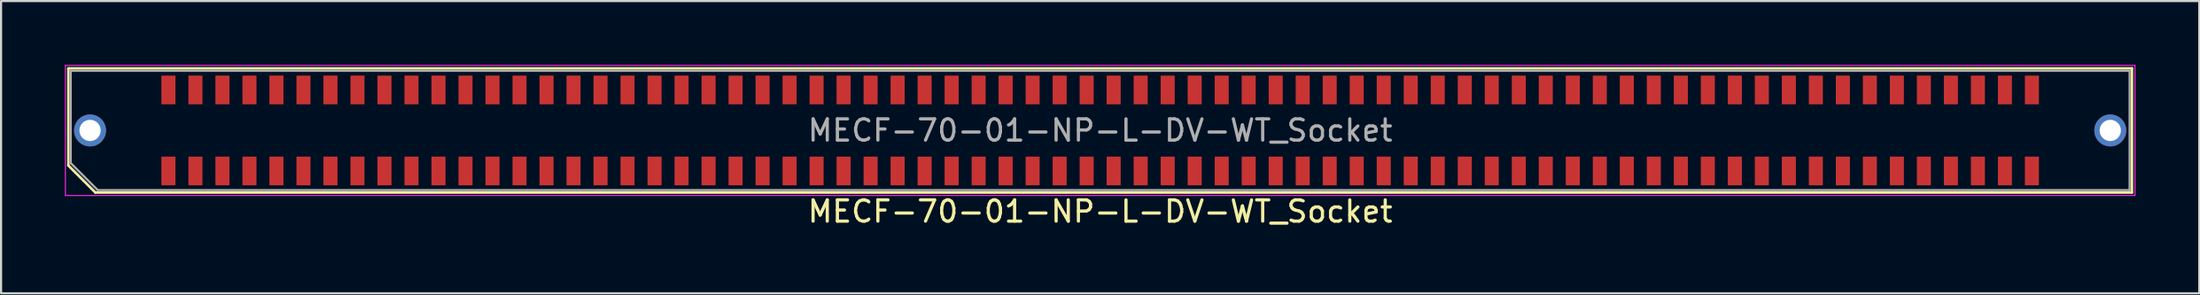
<source format=kicad_pcb>
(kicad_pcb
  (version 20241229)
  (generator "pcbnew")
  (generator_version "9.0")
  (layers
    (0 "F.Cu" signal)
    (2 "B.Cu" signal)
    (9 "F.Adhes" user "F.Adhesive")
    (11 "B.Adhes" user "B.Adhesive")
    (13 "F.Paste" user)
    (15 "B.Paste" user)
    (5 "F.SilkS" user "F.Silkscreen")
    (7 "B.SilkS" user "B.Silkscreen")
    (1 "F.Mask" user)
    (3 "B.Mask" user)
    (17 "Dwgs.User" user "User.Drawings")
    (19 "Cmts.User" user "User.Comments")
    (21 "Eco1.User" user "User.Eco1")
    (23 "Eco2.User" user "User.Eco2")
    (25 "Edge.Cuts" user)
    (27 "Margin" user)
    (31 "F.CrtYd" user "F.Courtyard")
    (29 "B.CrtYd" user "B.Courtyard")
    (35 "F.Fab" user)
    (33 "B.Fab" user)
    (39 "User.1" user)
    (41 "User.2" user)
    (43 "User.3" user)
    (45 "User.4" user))
  (footprint "MECF-70-01-NP-L-DV-WT_Socket"
    (layer "F.Cu")
    (at 48.685 3.085)
    (property "Reference" "MECF-70-01-NP-L-DV-WT_Socket" (at 0 3.81 0) (layer "F.SilkS") (effects (font (size 1 1) (thickness 0.15))))
    (attr smd)
    (fp_line (start -48.52 -2.92) (end 48.52 -2.92) (stroke (width 0.12) (type solid)) (layer "F.SilkS"))
    (fp_line (start -48.52 1.65) (end -48.52 -2.92) (stroke (width 0.12) (type solid)) (layer "F.SilkS"))
    (fp_line (start -47.25 2.92) (end -48.52 1.65) (stroke (width 0.12) (type solid)) (layer "F.SilkS"))
    (fp_line (start -47.25 2.92) (end 48.52 2.92) (stroke (width 0.12) (type solid)) (layer "F.SilkS"))
    (fp_line (start 48.52 2.92) (end 48.52 -2.92) (stroke (width 0.12) (type solid)) (layer "F.SilkS"))
    (fp_line (start -48.66 -3.06) (end -48.66 3.06) (stroke (width 0.05) (type solid)) (layer "F.CrtYd"))
    (fp_line (start -48.66 3.06) (end 48.66 3.06) (stroke (width 0.05) (type solid)) (layer "F.CrtYd"))
    (fp_line (start 48.66 -3.06) (end -48.66 -3.06) (stroke (width 0.05) (type solid)) (layer "F.CrtYd"))
    (fp_line (start 48.66 3.06) (end 48.66 -3.06) (stroke (width 0.05) (type solid)) (layer "F.CrtYd"))
    (fp_line (start -48.41 -2.805) (end 48.41 -2.805) (stroke (width 0.1) (type solid)) (layer "F.Fab"))
    (fp_line (start -48.41 1.535) (end -48.41 -2.805) (stroke (width 0.1) (type solid)) (layer "F.Fab"))
    (fp_line (start -48.41 1.535) (end -47.14 2.805) (stroke (width 0.1) (type solid)) (layer "F.Fab"))
    (fp_line (start -47.14 2.805) (end 48.41 2.805) (stroke (width 0.1) (type solid)) (layer "F.Fab"))
    (fp_line (start 48.41 2.805) (end 48.41 -2.805) (stroke (width 0.1) (type solid)) (layer "F.Fab"))
    (fp_text user "${REFERENCE}" (at 0 0 0) (layer "F.Fab") (effects (font (size 1 1) (thickness 0.15))))
    (pad "" thru_hole circle (at -47.5 0) (size 1.5 1.5) (drill 1) (layers "*.Cu" "*.Mask"))
    (pad "" np_thru_hole circle (at -45.595 0) (size 0.001 0.001) (drill 1.45) (layers "*.Cu" "*.Mask"))
    (pad "" np_thru_hole circle (at 45.595 1) (size 0.001 0.001) (drill 1.45) (layers "*.Cu" "*.Mask"))
    (pad "" thru_hole circle (at 47.5 0) (size 1.5 1.5) (drill 1) (layers "*.Cu" "*.Mask"))
    (pad "1" smd rect (at -43.815 1.905) (size 0.66 1.35) (layers "F.Cu" "F.Mask" "F.Paste"))
    (pad "2" smd rect (at -43.815 -1.905) (size 0.66 1.35) (layers "F.Cu" "F.Mask" "F.Paste"))
    (pad "3" smd rect (at -42.545 1.905) (size 0.66 1.35) (layers "F.Cu" "F.Mask" "F.Paste"))
    (pad "4" smd rect (at -42.545 -1.905) (size 0.66 1.35) (layers "F.Cu" "F.Mask" "F.Paste"))
    (pad "5" smd rect (at -41.275 1.905) (size 0.66 1.35) (layers "F.Cu" "F.Mask" "F.Paste"))
    (pad "6" smd rect (at -41.275 -1.905) (size 0.66 1.35) (layers "F.Cu" "F.Mask" "F.Paste"))
    (pad "7" smd rect (at -40.005 1.905) (size 0.66 1.35) (layers "F.Cu" "F.Mask" "F.Paste"))
    (pad "8" smd rect (at -40.005 -1.905) (size 0.66 1.35) (layers "F.Cu" "F.Mask" "F.Paste"))
    (pad "9" smd rect (at -38.735 1.905) (size 0.66 1.35) (layers "F.Cu" "F.Mask" "F.Paste"))
    (pad "10" smd rect (at -38.735 -1.905) (size 0.66 1.35) (layers "F.Cu" "F.Mask" "F.Paste"))
    (pad "11" smd rect (at -37.465 1.905) (size 0.66 1.35) (layers "F.Cu" "F.Mask" "F.Paste"))
    (pad "12" smd rect (at -37.465 -1.905) (size 0.66 1.35) (layers "F.Cu" "F.Mask" "F.Paste"))
    (pad "13" smd rect (at -36.195 1.905) (size 0.66 1.35) (layers "F.Cu" "F.Mask" "F.Paste"))
    (pad "14" smd rect (at -36.195 -1.905) (size 0.66 1.35) (layers "F.Cu" "F.Mask" "F.Paste"))
    (pad "15" smd rect (at -34.925 1.905) (size 0.66 1.35) (layers "F.Cu" "F.Mask" "F.Paste"))
    (pad "16" smd rect (at -34.925 -1.905) (size 0.66 1.35) (layers "F.Cu" "F.Mask" "F.Paste"))
    (pad "17" smd rect (at -33.655 1.905) (size 0.66 1.35) (layers "F.Cu" "F.Mask" "F.Paste"))
    (pad "18" smd rect (at -33.655 -1.905) (size 0.66 1.35) (layers "F.Cu" "F.Mask" "F.Paste"))
    (pad "19" smd rect (at -32.385 1.905) (size 0.66 1.35) (layers "F.Cu" "F.Mask" "F.Paste"))
    (pad "20" smd rect (at -32.385 -1.905) (size 0.66 1.35) (layers "F.Cu" "F.Mask" "F.Paste"))
    (pad "21" smd rect (at -31.115 1.905) (size 0.66 1.35) (layers "F.Cu" "F.Mask" "F.Paste"))
    (pad "22" smd rect (at -31.115 -1.905) (size 0.66 1.35) (layers "F.Cu" "F.Mask" "F.Paste"))
    (pad "23" smd rect (at -29.845 1.905) (size 0.66 1.35) (layers "F.Cu" "F.Mask" "F.Paste"))
    (pad "24" smd rect (at -29.845 -1.905) (size 0.66 1.35) (layers "F.Cu" "F.Mask" "F.Paste"))
    (pad "25" smd rect (at -28.575 1.905) (size 0.66 1.35) (layers "F.Cu" "F.Mask" "F.Paste"))
    (pad "26" smd rect (at -28.575 -1.905) (size 0.66 1.35) (layers "F.Cu" "F.Mask" "F.Paste"))
    (pad "27" smd rect (at -27.305 1.905) (size 0.66 1.35) (layers "F.Cu" "F.Mask" "F.Paste"))
    (pad "28" smd rect (at -27.305 -1.905) (size 0.66 1.35) (layers "F.Cu" "F.Mask" "F.Paste"))
    (pad "29" smd rect (at -26.035 1.905) (size 0.66 1.35) (layers "F.Cu" "F.Mask" "F.Paste"))
    (pad "30" smd rect (at -26.035 -1.905) (size 0.66 1.35) (layers "F.Cu" "F.Mask" "F.Paste"))
    (pad "31" smd rect (at -24.765 1.905) (size 0.66 1.35) (layers "F.Cu" "F.Mask" "F.Paste"))
    (pad "32" smd rect (at -24.765 -1.905) (size 0.66 1.35) (layers "F.Cu" "F.Mask" "F.Paste"))
    (pad "33" smd rect (at -23.495 1.905) (size 0.66 1.35) (layers "F.Cu" "F.Mask" "F.Paste"))
    (pad "34" smd rect (at -23.495 -1.905) (size 0.66 1.35) (layers "F.Cu" "F.Mask" "F.Paste"))
    (pad "35" smd rect (at -22.225 1.905) (size 0.66 1.35) (layers "F.Cu" "F.Mask" "F.Paste"))
    (pad "36" smd rect (at -22.225 -1.905) (size 0.66 1.35) (layers "F.Cu" "F.Mask" "F.Paste"))
    (pad "37" smd rect (at -20.955 1.905) (size 0.66 1.35) (layers "F.Cu" "F.Mask" "F.Paste"))
    (pad "38" smd rect (at -20.955 -1.905) (size 0.66 1.35) (layers "F.Cu" "F.Mask" "F.Paste"))
    (pad "39" smd rect (at -19.685 1.905) (size 0.66 1.35) (layers "F.Cu" "F.Mask" "F.Paste"))
    (pad "40" smd rect (at -19.685 -1.905) (size 0.66 1.35) (layers "F.Cu" "F.Mask" "F.Paste"))
    (pad "41" smd rect (at -18.415 1.905) (size 0.66 1.35) (layers "F.Cu" "F.Mask" "F.Paste"))
    (pad "42" smd rect (at -18.415 -1.905) (size 0.66 1.35) (layers "F.Cu" "F.Mask" "F.Paste"))
    (pad "43" smd rect (at -17.145 1.905) (size 0.66 1.35) (layers "F.Cu" "F.Mask" "F.Paste"))
    (pad "44" smd rect (at -17.145 -1.905) (size 0.66 1.35) (layers "F.Cu" "F.Mask" "F.Paste"))
    (pad "45" smd rect (at -15.875 1.905) (size 0.66 1.35) (layers "F.Cu" "F.Mask" "F.Paste"))
    (pad "46" smd rect (at -15.875 -1.905) (size 0.66 1.35) (layers "F.Cu" "F.Mask" "F.Paste"))
    (pad "47" smd rect (at -14.605 1.905) (size 0.66 1.35) (layers "F.Cu" "F.Mask" "F.Paste"))
    (pad "48" smd rect (at -14.605 -1.905) (size 0.66 1.35) (layers "F.Cu" "F.Mask" "F.Paste"))
    (pad "49" smd rect (at -13.335 1.905) (size 0.66 1.35) (layers "F.Cu" "F.Mask" "F.Paste"))
    (pad "50" smd rect (at -13.335 -1.905) (size 0.66 1.35) (layers "F.Cu" "F.Mask" "F.Paste"))
    (pad "51" smd rect (at -12.065 1.905) (size 0.66 1.35) (layers "F.Cu" "F.Mask" "F.Paste"))
    (pad "52" smd rect (at -12.065 -1.905) (size 0.66 1.35) (layers "F.Cu" "F.Mask" "F.Paste"))
    (pad "53" smd rect (at -10.795 1.905) (size 0.66 1.35) (layers "F.Cu" "F.Mask" "F.Paste"))
    (pad "54" smd rect (at -10.795 -1.905) (size 0.66 1.35) (layers "F.Cu" "F.Mask" "F.Paste"))
    (pad "55" smd rect (at -9.525 1.905) (size 0.66 1.35) (layers "F.Cu" "F.Mask" "F.Paste"))
    (pad "56" smd rect (at -9.525 -1.905) (size 0.66 1.35) (layers "F.Cu" "F.Mask" "F.Paste"))
    (pad "57" smd rect (at -8.255 1.905) (size 0.66 1.35) (layers "F.Cu" "F.Mask" "F.Paste"))
    (pad "58" smd rect (at -8.255 -1.905) (size 0.66 1.35) (layers "F.Cu" "F.Mask" "F.Paste"))
    (pad "59" smd rect (at -6.985 1.905) (size 0.66 1.35) (layers "F.Cu" "F.Mask" "F.Paste"))
    (pad "60" smd rect (at -6.985 -1.905) (size 0.66 1.35) (layers "F.Cu" "F.Mask" "F.Paste"))
    (pad "61" smd rect (at -5.715 1.905) (size 0.66 1.35) (layers "F.Cu" "F.Mask" "F.Paste"))
    (pad "62" smd rect (at -5.715 -1.905) (size 0.66 1.35) (layers "F.Cu" "F.Mask" "F.Paste"))
    (pad "63" smd rect (at -4.445 1.905) (size 0.66 1.35) (layers "F.Cu" "F.Mask" "F.Paste"))
    (pad "64" smd rect (at -4.445 -1.905) (size 0.66 1.35) (layers "F.Cu" "F.Mask" "F.Paste"))
    (pad "65" smd rect (at -3.175 1.905) (size 0.66 1.35) (layers "F.Cu" "F.Mask" "F.Paste"))
    (pad "66" smd rect (at -3.175 -1.905) (size 0.66 1.35) (layers "F.Cu" "F.Mask" "F.Paste"))
    (pad "67" smd rect (at -1.905 1.905) (size 0.66 1.35) (layers "F.Cu" "F.Mask" "F.Paste"))
    (pad "68" smd rect (at -1.905 -1.905) (size 0.66 1.35) (layers "F.Cu" "F.Mask" "F.Paste"))
    (pad "69" smd rect (at -0.635 1.905) (size 0.66 1.35) (layers "F.Cu" "F.Mask" "F.Paste"))
    (pad "70" smd rect (at -0.635 -1.905) (size 0.66 1.35) (layers "F.Cu" "F.Mask" "F.Paste"))
    (pad "71" smd rect (at 0.635 1.905) (size 0.66 1.35) (layers "F.Cu" "F.Mask" "F.Paste"))
    (pad "72" smd rect (at 0.635 -1.905) (size 0.66 1.35) (layers "F.Cu" "F.Mask" "F.Paste"))
    (pad "73" smd rect (at 1.905 1.905) (size 0.66 1.35) (layers "F.Cu" "F.Mask" "F.Paste"))
    (pad "74" smd rect (at 1.905 -1.905) (size 0.66 1.35) (layers "F.Cu" "F.Mask" "F.Paste"))
    (pad "75" smd rect (at 3.175 1.905) (size 0.66 1.35) (layers "F.Cu" "F.Mask" "F.Paste"))
    (pad "76" smd rect (at 3.175 -1.905) (size 0.66 1.35) (layers "F.Cu" "F.Mask" "F.Paste"))
    (pad "77" smd rect (at 4.445 1.905) (size 0.66 1.35) (layers "F.Cu" "F.Mask" "F.Paste"))
    (pad "78" smd rect (at 4.445 -1.905) (size 0.66 1.35) (layers "F.Cu" "F.Mask" "F.Paste"))
    (pad "79" smd rect (at 5.715 1.905) (size 0.66 1.35) (layers "F.Cu" "F.Mask" "F.Paste"))
    (pad "80" smd rect (at 5.715 -1.905) (size 0.66 1.35) (layers "F.Cu" "F.Mask" "F.Paste"))
    (pad "81" smd rect (at 6.985 1.905) (size 0.66 1.35) (layers "F.Cu" "F.Mask" "F.Paste"))
    (pad "82" smd rect (at 6.985 -1.905) (size 0.66 1.35) (layers "F.Cu" "F.Mask" "F.Paste"))
    (pad "83" smd rect (at 8.255 1.905) (size 0.66 1.35) (layers "F.Cu" "F.Mask" "F.Paste"))
    (pad "84" smd rect (at 8.255 -1.905) (size 0.66 1.35) (layers "F.Cu" "F.Mask" "F.Paste"))
    (pad "85" smd rect (at 9.525 1.905) (size 0.66 1.35) (layers "F.Cu" "F.Mask" "F.Paste"))
    (pad "86" smd rect (at 9.525 -1.905) (size 0.66 1.35) (layers "F.Cu" "F.Mask" "F.Paste"))
    (pad "87" smd rect (at 10.795 1.905) (size 0.66 1.35) (layers "F.Cu" "F.Mask" "F.Paste"))
    (pad "88" smd rect (at 10.795 -1.905) (size 0.66 1.35) (layers "F.Cu" "F.Mask" "F.Paste"))
    (pad "89" smd rect (at 12.065 1.905) (size 0.66 1.35) (layers "F.Cu" "F.Mask" "F.Paste"))
    (pad "90" smd rect (at 12.065 -1.905) (size 0.66 1.35) (layers "F.Cu" "F.Mask" "F.Paste"))
    (pad "91" smd rect (at 13.335 1.905) (size 0.66 1.35) (layers "F.Cu" "F.Mask" "F.Paste"))
    (pad "92" smd rect (at 13.335 -1.905) (size 0.66 1.35) (layers "F.Cu" "F.Mask" "F.Paste"))
    (pad "93" smd rect (at 14.605 1.905) (size 0.66 1.35) (layers "F.Cu" "F.Mask" "F.Paste"))
    (pad "94" smd rect (at 14.605 -1.905) (size 0.66 1.35) (layers "F.Cu" "F.Mask" "F.Paste"))
    (pad "95" smd rect (at 15.875 1.905) (size 0.66 1.35) (layers "F.Cu" "F.Mask" "F.Paste"))
    (pad "96" smd rect (at 15.875 -1.905) (size 0.66 1.35) (layers "F.Cu" "F.Mask" "F.Paste"))
    (pad "97" smd rect (at 17.145 1.905) (size 0.66 1.35) (layers "F.Cu" "F.Mask" "F.Paste"))
    (pad "98" smd rect (at 17.145 -1.905) (size 0.66 1.35) (layers "F.Cu" "F.Mask" "F.Paste"))
    (pad "99" smd rect (at 18.415 1.905) (size 0.66 1.35) (layers "F.Cu" "F.Mask" "F.Paste"))
    (pad "100" smd rect (at 18.415 -1.905) (size 0.66 1.35) (layers "F.Cu" "F.Mask" "F.Paste"))
    (pad "101" smd rect (at 19.685 1.905) (size 0.66 1.35) (layers "F.Cu" "F.Mask" "F.Paste"))
    (pad "102" smd rect (at 19.685 -1.905) (size 0.66 1.35) (layers "F.Cu" "F.Mask" "F.Paste"))
    (pad "103" smd rect (at 20.955 1.905) (size 0.66 1.35) (layers "F.Cu" "F.Mask" "F.Paste"))
    (pad "104" smd rect (at 20.955 -1.905) (size 0.66 1.35) (layers "F.Cu" "F.Mask" "F.Paste"))
    (pad "105" smd rect (at 22.225 1.905) (size 0.66 1.35) (layers "F.Cu" "F.Mask" "F.Paste"))
    (pad "106" smd rect (at 22.225 -1.905) (size 0.66 1.35) (layers "F.Cu" "F.Mask" "F.Paste"))
    (pad "107" smd rect (at 23.495 1.905) (size 0.66 1.35) (layers "F.Cu" "F.Mask" "F.Paste"))
    (pad "108" smd rect (at 23.495 -1.905) (size 0.66 1.35) (layers "F.Cu" "F.Mask" "F.Paste"))
    (pad "109" smd rect (at 24.765 1.905) (size 0.66 1.35) (layers "F.Cu" "F.Mask" "F.Paste"))
    (pad "110" smd rect (at 24.765 -1.905) (size 0.66 1.35) (layers "F.Cu" "F.Mask" "F.Paste"))
    (pad "111" smd rect (at 26.035 1.905) (size 0.66 1.35) (layers "F.Cu" "F.Mask" "F.Paste"))
    (pad "112" smd rect (at 26.035 -1.905) (size 0.66 1.35) (layers "F.Cu" "F.Mask" "F.Paste"))
    (pad "113" smd rect (at 27.305 1.905) (size 0.66 1.35) (layers "F.Cu" "F.Mask" "F.Paste"))
    (pad "114" smd rect (at 27.305 -1.905) (size 0.66 1.35) (layers "F.Cu" "F.Mask" "F.Paste"))
    (pad "115" smd rect (at 28.575 1.905) (size 0.66 1.35) (layers "F.Cu" "F.Mask" "F.Paste"))
    (pad "116" smd rect (at 28.575 -1.905) (size 0.66 1.35) (layers "F.Cu" "F.Mask" "F.Paste"))
    (pad "117" smd rect (at 29.845 1.905) (size 0.66 1.35) (layers "F.Cu" "F.Mask" "F.Paste"))
    (pad "118" smd rect (at 29.845 -1.905) (size 0.66 1.35) (layers "F.Cu" "F.Mask" "F.Paste"))
    (pad "119" smd rect (at 31.115 1.905) (size 0.66 1.35) (layers "F.Cu" "F.Mask" "F.Paste"))
    (pad "120" smd rect (at 31.115 -1.905) (size 0.66 1.35) (layers "F.Cu" "F.Mask" "F.Paste"))
    (pad "121" smd rect (at 32.385 1.905) (size 0.66 1.35) (layers "F.Cu" "F.Mask" "F.Paste"))
    (pad "122" smd rect (at 32.385 -1.905) (size 0.66 1.35) (layers "F.Cu" "F.Mask" "F.Paste"))
    (pad "123" smd rect (at 33.655 1.905) (size 0.66 1.35) (layers "F.Cu" "F.Mask" "F.Paste"))
    (pad "124" smd rect (at 33.655 -1.905) (size 0.66 1.35) (layers "F.Cu" "F.Mask" "F.Paste"))
    (pad "125" smd rect (at 34.925 1.905) (size 0.66 1.35) (layers "F.Cu" "F.Mask" "F.Paste"))
    (pad "126" smd rect (at 34.925 -1.905) (size 0.66 1.35) (layers "F.Cu" "F.Mask" "F.Paste"))
    (pad "127" smd rect (at 36.195 1.905) (size 0.66 1.35) (layers "F.Cu" "F.Mask" "F.Paste"))
    (pad "128" smd rect (at 36.195 -1.905) (size 0.66 1.35) (layers "F.Cu" "F.Mask" "F.Paste"))
    (pad "129" smd rect (at 37.465 1.905) (size 0.66 1.35) (layers "F.Cu" "F.Mask" "F.Paste"))
    (pad "130" smd rect (at 37.465 -1.905) (size 0.66 1.35) (layers "F.Cu" "F.Mask" "F.Paste"))
    (pad "131" smd rect (at 38.735 1.905) (size 0.66 1.35) (layers "F.Cu" "F.Mask" "F.Paste"))
    (pad "132" smd rect (at 38.735 -1.905) (size 0.66 1.35) (layers "F.Cu" "F.Mask" "F.Paste"))
    (pad "133" smd rect (at 40.005 1.905) (size 0.66 1.35) (layers "F.Cu" "F.Mask" "F.Paste"))
    (pad "134" smd rect (at 40.005 -1.905) (size 0.66 1.35) (layers "F.Cu" "F.Mask" "F.Paste"))
    (pad "135" smd rect (at 41.275 1.905) (size 0.66 1.35) (layers "F.Cu" "F.Mask" "F.Paste"))
    (pad "136" smd rect (at 41.275 -1.905) (size 0.66 1.35) (layers "F.Cu" "F.Mask" "F.Paste"))
    (pad "137" smd rect (at 42.545 1.905) (size 0.66 1.35) (layers "F.Cu" "F.Mask" "F.Paste"))
    (pad "138" smd rect (at 42.545 -1.905) (size 0.66 1.35) (layers "F.Cu" "F.Mask" "F.Paste"))
    (pad "139" smd rect (at 43.815 1.905) (size 0.66 1.35) (layers "F.Cu" "F.Mask" "F.Paste"))
    (pad "140" smd rect (at 43.815 -1.905) (size 0.66 1.35) (layers "F.Cu" "F.Mask" "F.Paste")))
  (gr_rect
    (start -3 -3)
    (end 100.37 10.743)
    (stroke (width 0.1) (type default))
    (fill no)
    (layer "Edge.Cuts")))
</source>
